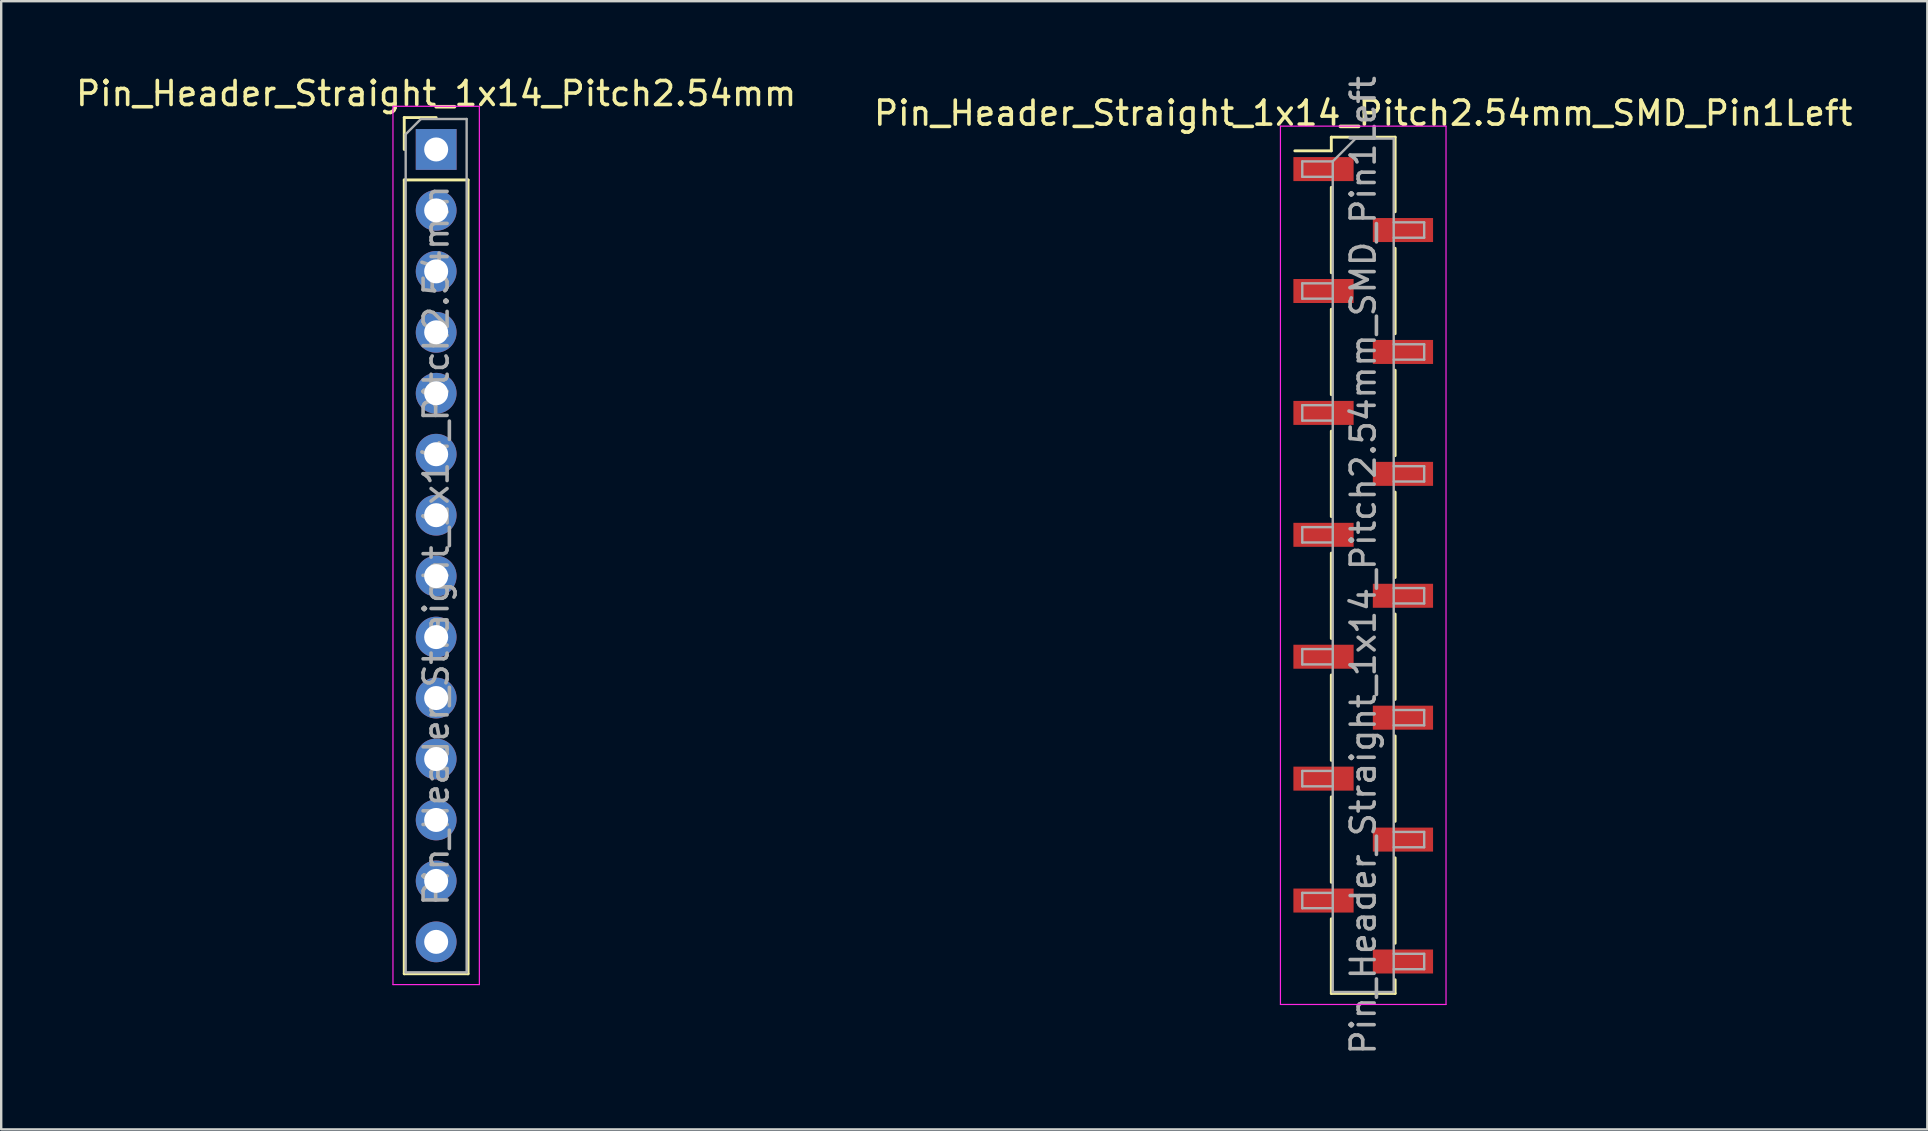
<source format=kicad_pcb>
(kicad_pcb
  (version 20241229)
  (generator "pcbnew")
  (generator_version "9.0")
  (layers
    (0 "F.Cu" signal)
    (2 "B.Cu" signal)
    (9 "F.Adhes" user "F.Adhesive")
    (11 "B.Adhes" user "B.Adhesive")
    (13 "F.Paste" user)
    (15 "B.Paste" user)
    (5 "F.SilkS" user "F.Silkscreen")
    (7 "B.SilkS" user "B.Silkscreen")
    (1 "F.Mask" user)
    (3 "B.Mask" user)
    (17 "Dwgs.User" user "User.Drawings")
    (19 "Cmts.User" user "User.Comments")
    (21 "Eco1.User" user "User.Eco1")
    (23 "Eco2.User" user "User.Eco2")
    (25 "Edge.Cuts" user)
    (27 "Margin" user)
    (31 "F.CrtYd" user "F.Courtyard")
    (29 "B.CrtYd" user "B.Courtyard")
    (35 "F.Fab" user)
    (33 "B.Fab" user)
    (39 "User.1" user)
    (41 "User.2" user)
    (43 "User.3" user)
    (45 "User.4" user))
  (footprint "Pin_Header_Straight_1x14_Pitch2.54mm"
    (layer "F.Cu")
    (at 15.125 3.178)
    (property "Reference" "Pin_Header_Straight_1x14_Pitch2.54mm" (at 0 -2.33 0) (layer "F.SilkS") (effects (font (size 1 1) (thickness 0.15))))
    (attr through_hole)
    (fp_line (start -1.33 -1.33) (end 0 -1.33) (stroke (width 0.12) (type solid)) (layer "F.SilkS"))
    (fp_line (start -1.33 0) (end -1.33 -1.33) (stroke (width 0.12) (type solid)) (layer "F.SilkS"))
    (fp_line (start -1.33 1.27) (end -1.33 34.35) (stroke (width 0.12) (type solid)) (layer "F.SilkS"))
    (fp_line (start -1.33 1.27) (end 1.33 1.27) (stroke (width 0.12) (type solid)) (layer "F.SilkS"))
    (fp_line (start -1.33 34.35) (end 1.33 34.35) (stroke (width 0.12) (type solid)) (layer "F.SilkS"))
    (fp_line (start 1.33 1.27) (end 1.33 34.35) (stroke (width 0.12) (type solid)) (layer "F.SilkS"))
    (fp_line (start -1.8 -1.8) (end -1.8 34.8) (stroke (width 0.05) (type solid)) (layer "F.CrtYd"))
    (fp_line (start -1.8 34.8) (end 1.8 34.8) (stroke (width 0.05) (type solid)) (layer "F.CrtYd"))
    (fp_line (start 1.8 -1.8) (end -1.8 -1.8) (stroke (width 0.05) (type solid)) (layer "F.CrtYd"))
    (fp_line (start 1.8 34.8) (end 1.8 -1.8) (stroke (width 0.05) (type solid)) (layer "F.CrtYd"))
    (fp_line (start -1.27 -0.635) (end -0.635 -1.27) (stroke (width 0.1) (type solid)) (layer "F.Fab"))
    (fp_line (start -1.27 34.29) (end -1.27 -0.635) (stroke (width 0.1) (type solid)) (layer "F.Fab"))
    (fp_line (start -0.635 -1.27) (end 1.27 -1.27) (stroke (width 0.1) (type solid)) (layer "F.Fab"))
    (fp_line (start 1.27 -1.27) (end 1.27 34.29) (stroke (width 0.1) (type solid)) (layer "F.Fab"))
    (fp_line (start 1.27 34.29) (end -1.27 34.29) (stroke (width 0.1) (type solid)) (layer "F.Fab"))
    (fp_text user "${REFERENCE}" (at 0 16.51 90) (layer "F.Fab") (effects (font (size 1 1) (thickness 0.15))))
    (pad "1" thru_hole rect (at 0 0) (size 1.7 1.7) (drill 1) (layers "*.Cu" "*.Mask"))
    (pad "2" thru_hole oval (at 0 2.54) (size 1.7 1.7) (drill 1) (layers "*.Cu" "*.Mask"))
    (pad "3" thru_hole oval (at 0 5.08) (size 1.7 1.7) (drill 1) (layers "*.Cu" "*.Mask"))
    (pad "4" thru_hole oval (at 0 7.62) (size 1.7 1.7) (drill 1) (layers "*.Cu" "*.Mask"))
    (pad "5" thru_hole oval (at 0 10.16) (size 1.7 1.7) (drill 1) (layers "*.Cu" "*.Mask"))
    (pad "6" thru_hole oval (at 0 12.7) (size 1.7 1.7) (drill 1) (layers "*.Cu" "*.Mask"))
    (pad "7" thru_hole oval (at 0 15.24) (size 1.7 1.7) (drill 1) (layers "*.Cu" "*.Mask"))
    (pad "8" thru_hole oval (at 0 17.78) (size 1.7 1.7) (drill 1) (layers "*.Cu" "*.Mask"))
    (pad "9" thru_hole oval (at 0 20.32) (size 1.7 1.7) (drill 1) (layers "*.Cu" "*.Mask"))
    (pad "10" thru_hole oval (at 0 22.86) (size 1.7 1.7) (drill 1) (layers "*.Cu" "*.Mask"))
    (pad "11" thru_hole oval (at 0 25.4) (size 1.7 1.7) (drill 1) (layers "*.Cu" "*.Mask"))
    (pad "12" thru_hole oval (at 0 27.94) (size 1.7 1.7) (drill 1) (layers "*.Cu" "*.Mask"))
    (pad "13" thru_hole oval (at 0 30.48) (size 1.7 1.7) (drill 1) (layers "*.Cu" "*.Mask"))
    (pad "14" thru_hole oval (at 0 33.02) (size 1.7 1.7) (drill 1) (layers "*.Cu" "*.Mask")))
  (footprint "Pin_Header_Straight_1x14_Pitch2.54mm_SMD_Pin1Left"
    (layer "F.Cu")
    (at 53.756 20.506)
    (property "Reference" "Pin_Header_Straight_1x14_Pitch2.54mm_SMD_Pin1Left" (at 0 -18.84 0) (layer "F.SilkS") (effects (font (size 1 1) (thickness 0.15))))
    (attr smd)
    (fp_line (start -1.33 -17.84) (end -1.33 -17.27) (stroke (width 0.12) (type solid)) (layer "F.SilkS"))
    (fp_line (start -1.33 -17.84) (end 1.33 -17.84) (stroke (width 0.12) (type solid)) (layer "F.SilkS"))
    (fp_line (start -1.33 -17.27) (end -2.85 -17.27) (stroke (width 0.12) (type solid)) (layer "F.SilkS"))
    (fp_line (start -1.33 -15.75) (end -1.33 -12.19) (stroke (width 0.12) (type solid)) (layer "F.SilkS"))
    (fp_line (start -1.33 -10.67) (end -1.33 -7.11) (stroke (width 0.12) (type solid)) (layer "F.SilkS"))
    (fp_line (start -1.33 -5.59) (end -1.33 -2.03) (stroke (width 0.12) (type solid)) (layer "F.SilkS"))
    (fp_line (start -1.33 -0.51) (end -1.33 3.05) (stroke (width 0.12) (type solid)) (layer "F.SilkS"))
    (fp_line (start -1.33 4.57) (end -1.33 8.13) (stroke (width 0.12) (type solid)) (layer "F.SilkS"))
    (fp_line (start -1.33 9.65) (end -1.33 13.21) (stroke (width 0.12) (type solid)) (layer "F.SilkS"))
    (fp_line (start -1.33 14.73) (end -1.33 17.84) (stroke (width 0.12) (type solid)) (layer "F.SilkS"))
    (fp_line (start -1.33 17.84) (end 1.33 17.84) (stroke (width 0.12) (type solid)) (layer "F.SilkS"))
    (fp_line (start 1.33 -17.84) (end 1.33 -14.73) (stroke (width 0.12) (type solid)) (layer "F.SilkS"))
    (fp_line (start 1.33 -13.21) (end 1.33 -9.65) (stroke (width 0.12) (type solid)) (layer "F.SilkS"))
    (fp_line (start 1.33 -8.13) (end 1.33 -4.57) (stroke (width 0.12) (type solid)) (layer "F.SilkS"))
    (fp_line (start 1.33 -3.05) (end 1.33 0.51) (stroke (width 0.12) (type solid)) (layer "F.SilkS"))
    (fp_line (start 1.33 2.03) (end 1.33 5.59) (stroke (width 0.12) (type solid)) (layer "F.SilkS"))
    (fp_line (start 1.33 7.11) (end 1.33 10.67) (stroke (width 0.12) (type solid)) (layer "F.SilkS"))
    (fp_line (start 1.33 12.19) (end 1.33 15.75) (stroke (width 0.12) (type solid)) (layer "F.SilkS"))
    (fp_line (start 1.33 17.27) (end 1.33 17.84) (stroke (width 0.12) (type solid)) (layer "F.SilkS"))
    (fp_line (start -3.45 -18.3) (end -3.45 18.3) (stroke (width 0.05) (type solid)) (layer "F.CrtYd"))
    (fp_line (start -3.45 18.3) (end 3.45 18.3) (stroke (width 0.05) (type solid)) (layer "F.CrtYd"))
    (fp_line (start 3.45 -18.3) (end -3.45 -18.3) (stroke (width 0.05) (type solid)) (layer "F.CrtYd"))
    (fp_line (start 3.45 18.3) (end 3.45 -18.3) (stroke (width 0.05) (type solid)) (layer "F.CrtYd"))
    (fp_line (start -2.54 -16.83) (end -2.54 -16.19) (stroke (width 0.1) (type solid)) (layer "F.Fab"))
    (fp_line (start -2.54 -16.19) (end -1.27 -16.19) (stroke (width 0.1) (type solid)) (layer "F.Fab"))
    (fp_line (start -2.54 -11.75) (end -2.54 -11.11) (stroke (width 0.1) (type solid)) (layer "F.Fab"))
    (fp_line (start -2.54 -11.11) (end -1.27 -11.11) (stroke (width 0.1) (type solid)) (layer "F.Fab"))
    (fp_line (start -2.54 -6.67) (end -2.54 -6.03) (stroke (width 0.1) (type solid)) (layer "F.Fab"))
    (fp_line (start -2.54 -6.03) (end -1.27 -6.03) (stroke (width 0.1) (type solid)) (layer "F.Fab"))
    (fp_line (start -2.54 -1.59) (end -2.54 -0.95) (stroke (width 0.1) (type solid)) (layer "F.Fab"))
    (fp_line (start -2.54 -0.95) (end -1.27 -0.95) (stroke (width 0.1) (type solid)) (layer "F.Fab"))
    (fp_line (start -2.54 3.49) (end -2.54 4.13) (stroke (width 0.1) (type solid)) (layer "F.Fab"))
    (fp_line (start -2.54 4.13) (end -1.27 4.13) (stroke (width 0.1) (type solid)) (layer "F.Fab"))
    (fp_line (start -2.54 8.57) (end -2.54 9.21) (stroke (width 0.1) (type solid)) (layer "F.Fab"))
    (fp_line (start -2.54 9.21) (end -1.27 9.21) (stroke (width 0.1) (type solid)) (layer "F.Fab"))
    (fp_line (start -2.54 13.65) (end -2.54 14.29) (stroke (width 0.1) (type solid)) (layer "F.Fab"))
    (fp_line (start -2.54 14.29) (end -1.27 14.29) (stroke (width 0.1) (type solid)) (layer "F.Fab"))
    (fp_line (start -1.27 -16.83) (end -2.54 -16.83) (stroke (width 0.1) (type solid)) (layer "F.Fab"))
    (fp_line (start -1.27 -16.83) (end -0.32 -17.78) (stroke (width 0.1) (type solid)) (layer "F.Fab"))
    (fp_line (start -1.27 -11.75) (end -2.54 -11.75) (stroke (width 0.1) (type solid)) (layer "F.Fab"))
    (fp_line (start -1.27 -6.67) (end -2.54 -6.67) (stroke (width 0.1) (type solid)) (layer "F.Fab"))
    (fp_line (start -1.27 -1.59) (end -2.54 -1.59) (stroke (width 0.1) (type solid)) (layer "F.Fab"))
    (fp_line (start -1.27 3.49) (end -2.54 3.49) (stroke (width 0.1) (type solid)) (layer "F.Fab"))
    (fp_line (start -1.27 8.57) (end -2.54 8.57) (stroke (width 0.1) (type solid)) (layer "F.Fab"))
    (fp_line (start -1.27 13.65) (end -2.54 13.65) (stroke (width 0.1) (type solid)) (layer "F.Fab"))
    (fp_line (start -1.27 17.78) (end -1.27 -16.83) (stroke (width 0.1) (type solid)) (layer "F.Fab"))
    (fp_line (start -0.32 -17.78) (end 1.27 -17.78) (stroke (width 0.1) (type solid)) (layer "F.Fab"))
    (fp_line (start 1.27 -17.78) (end 1.27 17.78) (stroke (width 0.1) (type solid)) (layer "F.Fab"))
    (fp_line (start 1.27 -14.29) (end 2.54 -14.29) (stroke (width 0.1) (type solid)) (layer "F.Fab"))
    (fp_line (start 1.27 -9.21) (end 2.54 -9.21) (stroke (width 0.1) (type solid)) (layer "F.Fab"))
    (fp_line (start 1.27 -4.13) (end 2.54 -4.13) (stroke (width 0.1) (type solid)) (layer "F.Fab"))
    (fp_line (start 1.27 0.95) (end 2.54 0.95) (stroke (width 0.1) (type solid)) (layer "F.Fab"))
    (fp_line (start 1.27 6.03) (end 2.54 6.03) (stroke (width 0.1) (type solid)) (layer "F.Fab"))
    (fp_line (start 1.27 11.11) (end 2.54 11.11) (stroke (width 0.1) (type solid)) (layer "F.Fab"))
    (fp_line (start 1.27 16.19) (end 2.54 16.19) (stroke (width 0.1) (type solid)) (layer "F.Fab"))
    (fp_line (start 1.27 17.78) (end -1.27 17.78) (stroke (width 0.1) (type solid)) (layer "F.Fab"))
    (fp_line (start 2.54 -14.29) (end 2.54 -13.65) (stroke (width 0.1) (type solid)) (layer "F.Fab"))
    (fp_line (start 2.54 -13.65) (end 1.27 -13.65) (stroke (width 0.1) (type solid)) (layer "F.Fab"))
    (fp_line (start 2.54 -9.21) (end 2.54 -8.57) (stroke (width 0.1) (type solid)) (layer "F.Fab"))
    (fp_line (start 2.54 -8.57) (end 1.27 -8.57) (stroke (width 0.1) (type solid)) (layer "F.Fab"))
    (fp_line (start 2.54 -4.13) (end 2.54 -3.49) (stroke (width 0.1) (type solid)) (layer "F.Fab"))
    (fp_line (start 2.54 -3.49) (end 1.27 -3.49) (stroke (width 0.1) (type solid)) (layer "F.Fab"))
    (fp_line (start 2.54 0.95) (end 2.54 1.59) (stroke (width 0.1) (type solid)) (layer "F.Fab"))
    (fp_line (start 2.54 1.59) (end 1.27 1.59) (stroke (width 0.1) (type solid)) (layer "F.Fab"))
    (fp_line (start 2.54 6.03) (end 2.54 6.67) (stroke (width 0.1) (type solid)) (layer "F.Fab"))
    (fp_line (start 2.54 6.67) (end 1.27 6.67) (stroke (width 0.1) (type solid)) (layer "F.Fab"))
    (fp_line (start 2.54 11.11) (end 2.54 11.75) (stroke (width 0.1) (type solid)) (layer "F.Fab"))
    (fp_line (start 2.54 11.75) (end 1.27 11.75) (stroke (width 0.1) (type solid)) (layer "F.Fab"))
    (fp_line (start 2.54 16.19) (end 2.54 16.83) (stroke (width 0.1) (type solid)) (layer "F.Fab"))
    (fp_line (start 2.54 16.83) (end 1.27 16.83) (stroke (width 0.1) (type solid)) (layer "F.Fab"))
    (fp_text user "${REFERENCE}" (at 0 0 90) (layer "F.Fab") (effects (font (size 1 1) (thickness 0.15))))
    (pad "1" smd rect (at -1.655 -16.51) (size 2.51 1) (layers "F.Cu" "F.Mask" "F.Paste"))
    (pad "2" smd rect (at 1.655 -13.97) (size 2.51 1) (layers "F.Cu" "F.Mask" "F.Paste"))
    (pad "3" smd rect (at -1.655 -11.43) (size 2.51 1) (layers "F.Cu" "F.Mask" "F.Paste"))
    (pad "4" smd rect (at 1.655 -8.89) (size 2.51 1) (layers "F.Cu" "F.Mask" "F.Paste"))
    (pad "5" smd rect (at -1.655 -6.35) (size 2.51 1) (layers "F.Cu" "F.Mask" "F.Paste"))
    (pad "6" smd rect (at 1.655 -3.81) (size 2.51 1) (layers "F.Cu" "F.Mask" "F.Paste"))
    (pad "7" smd rect (at -1.655 -1.27) (size 2.51 1) (layers "F.Cu" "F.Mask" "F.Paste"))
    (pad "8" smd rect (at 1.655 1.27) (size 2.51 1) (layers "F.Cu" "F.Mask" "F.Paste"))
    (pad "9" smd rect (at -1.655 3.81) (size 2.51 1) (layers "F.Cu" "F.Mask" "F.Paste"))
    (pad "10" smd rect (at 1.655 6.35) (size 2.51 1) (layers "F.Cu" "F.Mask" "F.Paste"))
    (pad "11" smd rect (at -1.655 8.89) (size 2.51 1) (layers "F.Cu" "F.Mask" "F.Paste"))
    (pad "12" smd rect (at 1.655 11.43) (size 2.51 1) (layers "F.Cu" "F.Mask" "F.Paste"))
    (pad "13" smd rect (at -1.655 13.97) (size 2.51 1) (layers "F.Cu" "F.Mask" "F.Paste"))
    (pad "14" smd rect (at 1.655 16.51) (size 2.51 1) (layers "F.Cu" "F.Mask" "F.Paste")))
  (gr_rect
    (start -3 -3)
    (end 77.262 44.012)
    (stroke (width 0.1) (type default))
    (fill no)
    (layer "Edge.Cuts")))
</source>
